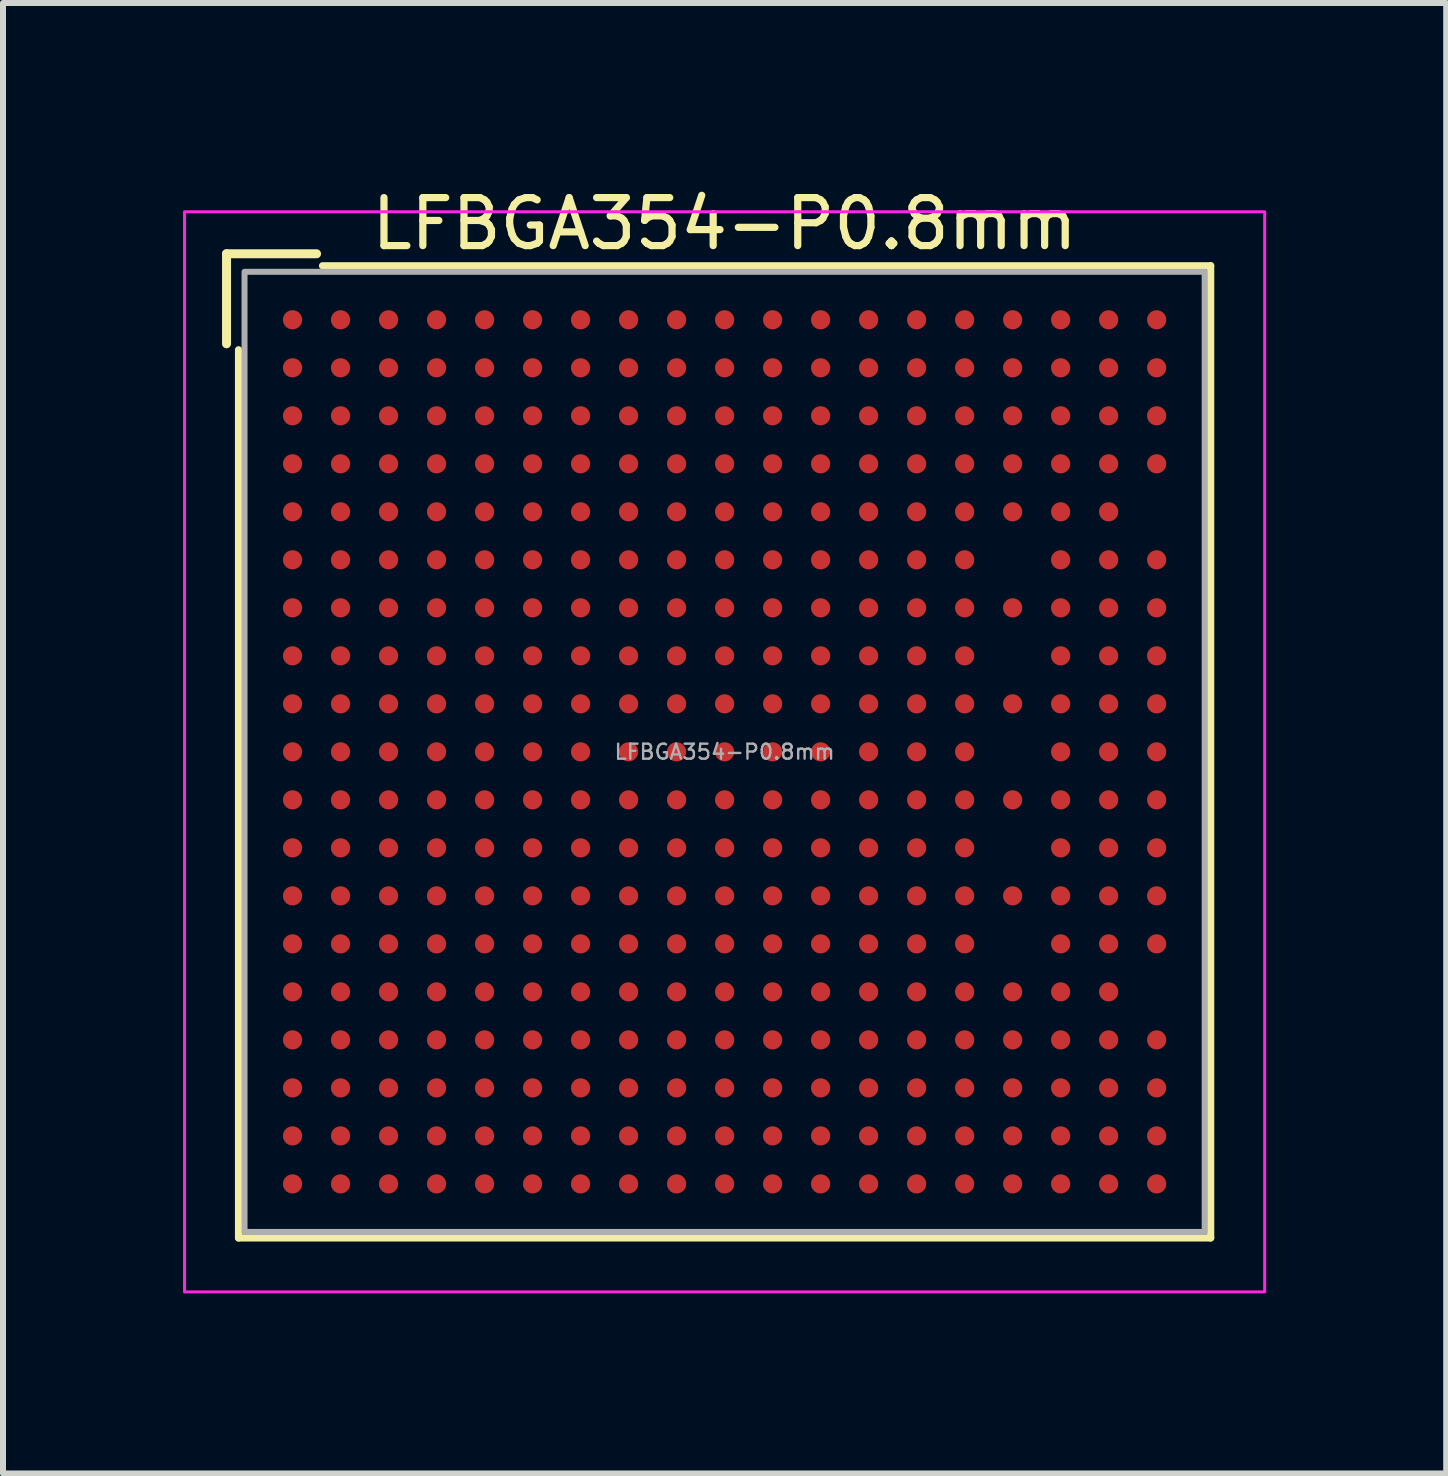
<source format=kicad_pcb>
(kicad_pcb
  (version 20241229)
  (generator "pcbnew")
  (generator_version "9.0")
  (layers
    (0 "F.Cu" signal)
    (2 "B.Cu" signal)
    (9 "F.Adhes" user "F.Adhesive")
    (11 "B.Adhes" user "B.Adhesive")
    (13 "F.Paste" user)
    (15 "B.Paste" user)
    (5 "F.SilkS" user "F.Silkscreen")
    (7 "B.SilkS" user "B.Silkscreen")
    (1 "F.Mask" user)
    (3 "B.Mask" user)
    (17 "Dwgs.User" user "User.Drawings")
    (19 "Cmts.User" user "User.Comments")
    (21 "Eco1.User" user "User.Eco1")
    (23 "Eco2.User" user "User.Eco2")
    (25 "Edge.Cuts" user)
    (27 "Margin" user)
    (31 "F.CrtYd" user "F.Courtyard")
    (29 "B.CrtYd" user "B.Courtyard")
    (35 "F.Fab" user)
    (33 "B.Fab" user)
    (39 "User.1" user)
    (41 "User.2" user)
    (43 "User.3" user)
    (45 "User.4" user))
  (footprint "LFBGA354-P0.8mm"
    (layer "F.Cu")
    (at 9.025 9.479)
    (property "Reference" "LFBGA354-P0.8mm" (at 0 -8.8 0) (unlocked yes) (layer "F.SilkS") (effects (font (size 0.8 0.8) (thickness 0.12))))
    (attr smd)
    (fp_line (start -8.3 -8.3) (end -6.8 -8.3) (stroke (width 0.15) (type solid)) (layer "F.SilkS"))
    (fp_line (start -8.3 -6.8) (end -8.3 -8.3) (stroke (width 0.15) (type solid)) (layer "F.SilkS"))
    (fp_line (start -8.1 8.1) (end -8.1 -6.7) (stroke (width 0.12) (type solid)) (layer "F.SilkS"))
    (fp_line (start -6.7 -8.1) (end 8.1 -8.1) (stroke (width 0.12) (type solid)) (layer "F.SilkS"))
    (fp_line (start 8.1 -8.1) (end 8.1 8.1) (stroke (width 0.12) (type solid)) (layer "F.SilkS"))
    (fp_line (start 8.1 8.1) (end -8.1 8.1) (stroke (width 0.12) (type solid)) (layer "F.SilkS"))
    (fp_rect (start -9 -9) (end 9 9) (stroke (width 0.05) (type default)) (fill no) (layer "F.CrtYd"))
    (fp_rect (start -8 -8) (end 8 8) (stroke (width 0.1) (type solid)) (fill no) (layer "F.Fab"))
    (fp_text user "${REFERENCE}" (at 0 0 0) (unlocked yes) (layer "F.Fab") (effects (font (size 0.25 0.25) (thickness 0.04))))
    (pad "A1" smd circle (at -7.2 -7.2) (size 0.32 0.32) (layers "F.Cu" "F.Mask" "F.Paste"))
    (pad "A2" smd circle (at -6.4 -7.2) (size 0.32 0.32) (layers "F.Cu" "F.Mask" "F.Paste"))
    (pad "A3" smd circle (at -5.6 -7.2) (size 0.32 0.32) (layers "F.Cu" "F.Mask" "F.Paste"))
    (pad "A4" smd circle (at -4.8 -7.2) (size 0.32 0.32) (layers "F.Cu" "F.Mask" "F.Paste"))
    (pad "A5" smd circle (at -4 -7.2) (size 0.32 0.32) (layers "F.Cu" "F.Mask" "F.Paste"))
    (pad "A6" smd circle (at -3.2 -7.2) (size 0.32 0.32) (layers "F.Cu" "F.Mask" "F.Paste"))
    (pad "A7" smd circle (at -2.4 -7.2) (size 0.32 0.32) (layers "F.Cu" "F.Mask" "F.Paste"))
    (pad "A8" smd circle (at -1.6 -7.2) (size 0.32 0.32) (layers "F.Cu" "F.Mask" "F.Paste"))
    (pad "A9" smd circle (at -0.8 -7.2) (size 0.32 0.32) (layers "F.Cu" "F.Mask" "F.Paste"))
    (pad "A10" smd circle (at 0 -7.2) (size 0.32 0.32) (layers "F.Cu" "F.Mask" "F.Paste"))
    (pad "A11" smd circle (at 0.8 -7.2) (size 0.32 0.32) (layers "F.Cu" "F.Mask" "F.Paste"))
    (pad "A12" smd circle (at 1.6 -7.2) (size 0.32 0.32) (layers "F.Cu" "F.Mask" "F.Paste"))
    (pad "A13" smd circle (at 2.4 -7.2) (size 0.32 0.32) (layers "F.Cu" "F.Mask" "F.Paste"))
    (pad "A14" smd circle (at 3.2 -7.2) (size 0.32 0.32) (layers "F.Cu" "F.Mask" "F.Paste"))
    (pad "A15" smd circle (at 4 -7.2) (size 0.32 0.32) (layers "F.Cu" "F.Mask" "F.Paste"))
    (pad "A16" smd circle (at 4.8 -7.2) (size 0.32 0.32) (layers "F.Cu" "F.Mask" "F.Paste"))
    (pad "A17" smd circle (at 5.6 -7.2) (size 0.32 0.32) (layers "F.Cu" "F.Mask" "F.Paste"))
    (pad "A18" smd circle (at 6.4 -7.2) (size 0.32 0.32) (layers "F.Cu" "F.Mask" "F.Paste"))
    (pad "A19" smd circle (at 7.2 -7.2) (size 0.32 0.32) (layers "F.Cu" "F.Mask" "F.Paste"))
    (pad "B1" smd circle (at -7.2 -6.4) (size 0.32 0.32) (layers "F.Cu" "F.Mask" "F.Paste"))
    (pad "B2" smd circle (at -6.4 -6.4) (size 0.32 0.32) (layers "F.Cu" "F.Mask" "F.Paste"))
    (pad "B3" smd circle (at -5.6 -6.4) (size 0.32 0.32) (layers "F.Cu" "F.Mask" "F.Paste"))
    (pad "B4" smd circle (at -4.8 -6.4) (size 0.32 0.32) (layers "F.Cu" "F.Mask" "F.Paste"))
    (pad "B5" smd circle (at -4 -6.4) (size 0.32 0.32) (layers "F.Cu" "F.Mask" "F.Paste"))
    (pad "B6" smd circle (at -3.2 -6.4) (size 0.32 0.32) (layers "F.Cu" "F.Mask" "F.Paste"))
    (pad "B7" smd circle (at -2.4 -6.4) (size 0.32 0.32) (layers "F.Cu" "F.Mask" "F.Paste"))
    (pad "B8" smd circle (at -1.6 -6.4) (size 0.32 0.32) (layers "F.Cu" "F.Mask" "F.Paste"))
    (pad "B9" smd circle (at -0.8 -6.4) (size 0.32 0.32) (layers "F.Cu" "F.Mask" "F.Paste"))
    (pad "B10" smd circle (at 0 -6.4) (size 0.32 0.32) (layers "F.Cu" "F.Mask" "F.Paste"))
    (pad "B11" smd circle (at 0.8 -6.4) (size 0.32 0.32) (layers "F.Cu" "F.Mask" "F.Paste"))
    (pad "B12" smd circle (at 1.6 -6.4) (size 0.32 0.32) (layers "F.Cu" "F.Mask" "F.Paste"))
    (pad "B13" smd circle (at 2.4 -6.4) (size 0.32 0.32) (layers "F.Cu" "F.Mask" "F.Paste"))
    (pad "B14" smd circle (at 3.2 -6.4) (size 0.32 0.32) (layers "F.Cu" "F.Mask" "F.Paste"))
    (pad "B15" smd circle (at 4 -6.4) (size 0.32 0.32) (layers "F.Cu" "F.Mask" "F.Paste"))
    (pad "B16" smd circle (at 4.8 -6.4) (size 0.32 0.32) (layers "F.Cu" "F.Mask" "F.Paste"))
    (pad "B17" smd circle (at 5.6 -6.4) (size 0.32 0.32) (layers "F.Cu" "F.Mask" "F.Paste"))
    (pad "B18" smd circle (at 6.4 -6.4) (size 0.32 0.32) (layers "F.Cu" "F.Mask" "F.Paste"))
    (pad "B19" smd circle (at 7.2 -6.4) (size 0.32 0.32) (layers "F.Cu" "F.Mask" "F.Paste"))
    (pad "C1" smd circle (at -7.2 -5.6) (size 0.32 0.32) (layers "F.Cu" "F.Mask" "F.Paste"))
    (pad "C2" smd circle (at -6.4 -5.6) (size 0.32 0.32) (layers "F.Cu" "F.Mask" "F.Paste"))
    (pad "C3" smd circle (at -5.6 -5.6) (size 0.32 0.32) (layers "F.Cu" "F.Mask" "F.Paste"))
    (pad "C4" smd circle (at -4.8 -5.6) (size 0.32 0.32) (layers "F.Cu" "F.Mask" "F.Paste"))
    (pad "C5" smd circle (at -4 -5.6) (size 0.32 0.32) (layers "F.Cu" "F.Mask" "F.Paste"))
    (pad "C6" smd circle (at -3.2 -5.6) (size 0.32 0.32) (layers "F.Cu" "F.Mask" "F.Paste"))
    (pad "C7" smd circle (at -2.4 -5.6) (size 0.32 0.32) (layers "F.Cu" "F.Mask" "F.Paste"))
    (pad "C8" smd circle (at -1.6 -5.6) (size 0.32 0.32) (layers "F.Cu" "F.Mask" "F.Paste"))
    (pad "C9" smd circle (at -0.8 -5.6) (size 0.32 0.32) (layers "F.Cu" "F.Mask" "F.Paste"))
    (pad "C10" smd circle (at 0 -5.6) (size 0.32 0.32) (layers "F.Cu" "F.Mask" "F.Paste"))
    (pad "C11" smd circle (at 0.8 -5.6) (size 0.32 0.32) (layers "F.Cu" "F.Mask" "F.Paste"))
    (pad "C12" smd circle (at 1.6 -5.6) (size 0.32 0.32) (layers "F.Cu" "F.Mask" "F.Paste"))
    (pad "C13" smd circle (at 2.4 -5.6) (size 0.32 0.32) (layers "F.Cu" "F.Mask" "F.Paste"))
    (pad "C14" smd circle (at 3.2 -5.6) (size 0.32 0.32) (layers "F.Cu" "F.Mask" "F.Paste"))
    (pad "C15" smd circle (at 4 -5.6) (size 0.32 0.32) (layers "F.Cu" "F.Mask" "F.Paste"))
    (pad "C16" smd circle (at 4.8 -5.6) (size 0.32 0.32) (layers "F.Cu" "F.Mask" "F.Paste"))
    (pad "C17" smd circle (at 5.6 -5.6) (size 0.32 0.32) (layers "F.Cu" "F.Mask" "F.Paste"))
    (pad "C18" smd circle (at 6.4 -5.6) (size 0.32 0.32) (layers "F.Cu" "F.Mask" "F.Paste"))
    (pad "C19" smd circle (at 7.2 -5.6) (size 0.32 0.32) (layers "F.Cu" "F.Mask" "F.Paste"))
    (pad "D1" smd circle (at -7.2 -4.8) (size 0.32 0.32) (layers "F.Cu" "F.Mask" "F.Paste"))
    (pad "D2" smd circle (at -6.4 -4.8) (size 0.32 0.32) (layers "F.Cu" "F.Mask" "F.Paste"))
    (pad "D3" smd circle (at -5.6 -4.8) (size 0.32 0.32) (layers "F.Cu" "F.Mask" "F.Paste"))
    (pad "D4" smd circle (at -4.8 -4.8) (size 0.32 0.32) (layers "F.Cu" "F.Mask" "F.Paste"))
    (pad "D5" smd circle (at -4 -4.8) (size 0.32 0.32) (layers "F.Cu" "F.Mask" "F.Paste"))
    (pad "D6" smd circle (at -3.2 -4.8) (size 0.32 0.32) (layers "F.Cu" "F.Mask" "F.Paste"))
    (pad "D7" smd circle (at -2.4 -4.8) (size 0.32 0.32) (layers "F.Cu" "F.Mask" "F.Paste"))
    (pad "D8" smd circle (at -1.6 -4.8) (size 0.32 0.32) (layers "F.Cu" "F.Mask" "F.Paste"))
    (pad "D9" smd circle (at -0.8 -4.8) (size 0.32 0.32) (layers "F.Cu" "F.Mask" "F.Paste"))
    (pad "D10" smd circle (at 0 -4.8) (size 0.32 0.32) (layers "F.Cu" "F.Mask" "F.Paste"))
    (pad "D11" smd circle (at 0.8 -4.8) (size 0.32 0.32) (layers "F.Cu" "F.Mask" "F.Paste"))
    (pad "D12" smd circle (at 1.6 -4.8) (size 0.32 0.32) (layers "F.Cu" "F.Mask" "F.Paste"))
    (pad "D13" smd circle (at 2.4 -4.8) (size 0.32 0.32) (layers "F.Cu" "F.Mask" "F.Paste"))
    (pad "D14" smd circle (at 3.2 -4.8) (size 0.32 0.32) (layers "F.Cu" "F.Mask" "F.Paste"))
    (pad "D15" smd circle (at 4 -4.8) (size 0.32 0.32) (layers "F.Cu" "F.Mask" "F.Paste"))
    (pad "D16" smd circle (at 4.8 -4.8) (size 0.32 0.32) (layers "F.Cu" "F.Mask" "F.Paste"))
    (pad "D17" smd circle (at 5.6 -4.8) (size 0.32 0.32) (layers "F.Cu" "F.Mask" "F.Paste"))
    (pad "D18" smd circle (at 6.4 -4.8) (size 0.32 0.32) (layers "F.Cu" "F.Mask" "F.Paste"))
    (pad "D19" smd circle (at 7.2 -4.8) (size 0.32 0.32) (layers "F.Cu" "F.Mask" "F.Paste"))
    (pad "E1" smd circle (at -7.2 -4) (size 0.32 0.32) (layers "F.Cu" "F.Mask" "F.Paste"))
    (pad "E2" smd circle (at -6.4 -4) (size 0.32 0.32) (layers "F.Cu" "F.Mask" "F.Paste"))
    (pad "E3" smd circle (at -5.6 -4) (size 0.32 0.32) (layers "F.Cu" "F.Mask" "F.Paste"))
    (pad "E4" smd circle (at -4.8 -4) (size 0.32 0.32) (layers "F.Cu" "F.Mask" "F.Paste"))
    (pad "E5" smd circle (at -4 -4) (size 0.32 0.32) (layers "F.Cu" "F.Mask" "F.Paste"))
    (pad "E6" smd circle (at -3.2 -4) (size 0.32 0.32) (layers "F.Cu" "F.Mask" "F.Paste"))
    (pad "E7" smd circle (at -2.4 -4) (size 0.32 0.32) (layers "F.Cu" "F.Mask" "F.Paste"))
    (pad "E8" smd circle (at -1.6 -4) (size 0.32 0.32) (layers "F.Cu" "F.Mask" "F.Paste"))
    (pad "E9" smd circle (at -0.8 -4) (size 0.32 0.32) (layers "F.Cu" "F.Mask" "F.Paste"))
    (pad "E10" smd circle (at 0 -4) (size 0.32 0.32) (layers "F.Cu" "F.Mask" "F.Paste"))
    (pad "E11" smd circle (at 0.8 -4) (size 0.32 0.32) (layers "F.Cu" "F.Mask" "F.Paste"))
    (pad "E12" smd circle (at 1.6 -4) (size 0.32 0.32) (layers "F.Cu" "F.Mask" "F.Paste"))
    (pad "E13" smd circle (at 2.4 -4) (size 0.32 0.32) (layers "F.Cu" "F.Mask" "F.Paste"))
    (pad "E14" smd circle (at 3.2 -4) (size 0.32 0.32) (layers "F.Cu" "F.Mask" "F.Paste"))
    (pad "E15" smd circle (at 4 -4) (size 0.32 0.32) (layers "F.Cu" "F.Mask" "F.Paste"))
    (pad "E16" smd circle (at 4.8 -4) (size 0.32 0.32) (layers "F.Cu" "F.Mask" "F.Paste"))
    (pad "E17" smd circle (at 5.6 -4) (size 0.32 0.32) (layers "F.Cu" "F.Mask" "F.Paste"))
    (pad "E18" smd circle (at 6.4 -4) (size 0.32 0.32) (layers "F.Cu" "F.Mask" "F.Paste"))
    (pad "F1" smd circle (at -7.2 -3.2) (size 0.32 0.32) (layers "F.Cu" "F.Mask" "F.Paste"))
    (pad "F2" smd circle (at -6.4 -3.2) (size 0.32 0.32) (layers "F.Cu" "F.Mask" "F.Paste"))
    (pad "F3" smd circle (at -5.6 -3.2) (size 0.32 0.32) (layers "F.Cu" "F.Mask" "F.Paste"))
    (pad "F4" smd circle (at -4.8 -3.2) (size 0.32 0.32) (layers "F.Cu" "F.Mask" "F.Paste"))
    (pad "F5" smd circle (at -4 -3.2) (size 0.32 0.32) (layers "F.Cu" "F.Mask" "F.Paste"))
    (pad "F6" smd circle (at -3.2 -3.2) (size 0.32 0.32) (layers "F.Cu" "F.Mask" "F.Paste"))
    (pad "F7" smd circle (at -2.4 -3.2) (size 0.32 0.32) (layers "F.Cu" "F.Mask" "F.Paste"))
    (pad "F8" smd circle (at -1.6 -3.2) (size 0.32 0.32) (layers "F.Cu" "F.Mask" "F.Paste"))
    (pad "F9" smd circle (at -0.8 -3.2) (size 0.32 0.32) (layers "F.Cu" "F.Mask" "F.Paste"))
    (pad "F10" smd circle (at 0 -3.2) (size 0.32 0.32) (layers "F.Cu" "F.Mask" "F.Paste"))
    (pad "F11" smd circle (at 0.8 -3.2) (size 0.32 0.32) (layers "F.Cu" "F.Mask" "F.Paste"))
    (pad "F12" smd circle (at 1.6 -3.2) (size 0.32 0.32) (layers "F.Cu" "F.Mask" "F.Paste"))
    (pad "F13" smd circle (at 2.4 -3.2) (size 0.32 0.32) (layers "F.Cu" "F.Mask" "F.Paste"))
    (pad "F14" smd circle (at 3.2 -3.2) (size 0.32 0.32) (layers "F.Cu" "F.Mask" "F.Paste"))
    (pad "F15" smd circle (at 4 -3.2) (size 0.32 0.32) (layers "F.Cu" "F.Mask" "F.Paste"))
    (pad "F17" smd circle (at 5.6 -3.2) (size 0.32 0.32) (layers "F.Cu" "F.Mask" "F.Paste"))
    (pad "F18" smd circle (at 6.4 -3.2) (size 0.32 0.32) (layers "F.Cu" "F.Mask" "F.Paste"))
    (pad "F19" smd circle (at 7.2 -3.2) (size 0.32 0.32) (layers "F.Cu" "F.Mask" "F.Paste"))
    (pad "G1" smd circle (at -7.2 -2.4) (size 0.32 0.32) (layers "F.Cu" "F.Mask" "F.Paste"))
    (pad "G2" smd circle (at -6.4 -2.4) (size 0.32 0.32) (layers "F.Cu" "F.Mask" "F.Paste"))
    (pad "G3" smd circle (at -5.6 -2.4) (size 0.32 0.32) (layers "F.Cu" "F.Mask" "F.Paste"))
    (pad "G4" smd circle (at -4.8 -2.4) (size 0.32 0.32) (layers "F.Cu" "F.Mask" "F.Paste"))
    (pad "G5" smd circle (at -4 -2.4) (size 0.32 0.32) (layers "F.Cu" "F.Mask" "F.Paste"))
    (pad "G6" smd circle (at -3.2 -2.4) (size 0.32 0.32) (layers "F.Cu" "F.Mask" "F.Paste"))
    (pad "G7" smd circle (at -2.4 -2.4) (size 0.32 0.32) (layers "F.Cu" "F.Mask" "F.Paste"))
    (pad "G8" smd circle (at -1.6 -2.4) (size 0.32 0.32) (layers "F.Cu" "F.Mask" "F.Paste"))
    (pad "G9" smd circle (at -0.8 -2.4) (size 0.32 0.32) (layers "F.Cu" "F.Mask" "F.Paste"))
    (pad "G10" smd circle (at 0 -2.4) (size 0.32 0.32) (layers "F.Cu" "F.Mask" "F.Paste"))
    (pad "G11" smd circle (at 0.8 -2.4) (size 0.32 0.32) (layers "F.Cu" "F.Mask" "F.Paste"))
    (pad "G12" smd circle (at 1.6 -2.4) (size 0.32 0.32) (layers "F.Cu" "F.Mask" "F.Paste"))
    (pad "G13" smd circle (at 2.4 -2.4) (size 0.32 0.32) (layers "F.Cu" "F.Mask" "F.Paste"))
    (pad "G14" smd circle (at 3.2 -2.4) (size 0.32 0.32) (layers "F.Cu" "F.Mask" "F.Paste"))
    (pad "G15" smd circle (at 4 -2.4) (size 0.32 0.32) (layers "F.Cu" "F.Mask" "F.Paste"))
    (pad "G16" smd circle (at 4.8 -2.4) (size 0.32 0.32) (layers "F.Cu" "F.Mask" "F.Paste"))
    (pad "G17" smd circle (at 5.6 -2.4) (size 0.32 0.32) (layers "F.Cu" "F.Mask" "F.Paste"))
    (pad "G18" smd circle (at 6.4 -2.4) (size 0.32 0.32) (layers "F.Cu" "F.Mask" "F.Paste"))
    (pad "G19" smd circle (at 7.2 -2.4) (size 0.32 0.32) (layers "F.Cu" "F.Mask" "F.Paste"))
    (pad "H1" smd circle (at -7.2 -1.6) (size 0.32 0.32) (layers "F.Cu" "F.Mask" "F.Paste"))
    (pad "H2" smd circle (at -6.4 -1.6) (size 0.32 0.32) (layers "F.Cu" "F.Mask" "F.Paste"))
    (pad "H3" smd circle (at -5.6 -1.6) (size 0.32 0.32) (layers "F.Cu" "F.Mask" "F.Paste"))
    (pad "H4" smd circle (at -4.8 -1.6) (size 0.32 0.32) (layers "F.Cu" "F.Mask" "F.Paste"))
    (pad "H5" smd circle (at -4 -1.6) (size 0.32 0.32) (layers "F.Cu" "F.Mask" "F.Paste"))
    (pad "H6" smd circle (at -3.2 -1.6) (size 0.32 0.32) (layers "F.Cu" "F.Mask" "F.Paste"))
    (pad "H7" smd circle (at -2.4 -1.6) (size 0.32 0.32) (layers "F.Cu" "F.Mask" "F.Paste"))
    (pad "H8" smd circle (at -1.6 -1.6) (size 0.32 0.32) (layers "F.Cu" "F.Mask" "F.Paste"))
    (pad "H9" smd circle (at -0.8 -1.6) (size 0.32 0.32) (layers "F.Cu" "F.Mask" "F.Paste"))
    (pad "H10" smd circle (at 0 -1.6) (size 0.32 0.32) (layers "F.Cu" "F.Mask" "F.Paste"))
    (pad "H11" smd circle (at 0.8 -1.6) (size 0.32 0.32) (layers "F.Cu" "F.Mask" "F.Paste"))
    (pad "H12" smd circle (at 1.6 -1.6) (size 0.32 0.32) (layers "F.Cu" "F.Mask" "F.Paste"))
    (pad "H13" smd circle (at 2.4 -1.6) (size 0.32 0.32) (layers "F.Cu" "F.Mask" "F.Paste"))
    (pad "H14" smd circle (at 3.2 -1.6) (size 0.32 0.32) (layers "F.Cu" "F.Mask" "F.Paste"))
    (pad "H15" smd circle (at 4 -1.6) (size 0.32 0.32) (layers "F.Cu" "F.Mask" "F.Paste"))
    (pad "H17" smd circle (at 5.6 -1.6) (size 0.32 0.32) (layers "F.Cu" "F.Mask" "F.Paste"))
    (pad "H18" smd circle (at 6.4 -1.6) (size 0.32 0.32) (layers "F.Cu" "F.Mask" "F.Paste"))
    (pad "H19" smd circle (at 7.2 -1.6) (size 0.32 0.32) (layers "F.Cu" "F.Mask" "F.Paste"))
    (pad "J1" smd circle (at -7.2 -0.8) (size 0.32 0.32) (layers "F.Cu" "F.Mask" "F.Paste"))
    (pad "J2" smd circle (at -6.4 -0.8) (size 0.32 0.32) (layers "F.Cu" "F.Mask" "F.Paste"))
    (pad "J3" smd circle (at -5.6 -0.8) (size 0.32 0.32) (layers "F.Cu" "F.Mask" "F.Paste"))
    (pad "J4" smd circle (at -4.8 -0.8) (size 0.32 0.32) (layers "F.Cu" "F.Mask" "F.Paste"))
    (pad "J5" smd circle (at -4 -0.8) (size 0.32 0.32) (layers "F.Cu" "F.Mask" "F.Paste"))
    (pad "J6" smd circle (at -3.2 -0.8) (size 0.32 0.32) (layers "F.Cu" "F.Mask" "F.Paste"))
    (pad "J7" smd circle (at -2.4 -0.8) (size 0.32 0.32) (layers "F.Cu" "F.Mask" "F.Paste"))
    (pad "J8" smd circle (at -1.6 -0.8) (size 0.32 0.32) (layers "F.Cu" "F.Mask" "F.Paste"))
    (pad "J9" smd circle (at -0.8 -0.8) (size 0.32 0.32) (layers "F.Cu" "F.Mask" "F.Paste"))
    (pad "J10" smd circle (at 0 -0.8) (size 0.32 0.32) (layers "F.Cu" "F.Mask" "F.Paste"))
    (pad "J11" smd circle (at 0.8 -0.8) (size 0.32 0.32) (layers "F.Cu" "F.Mask" "F.Paste"))
    (pad "J12" smd circle (at 1.6 -0.8) (size 0.32 0.32) (layers "F.Cu" "F.Mask" "F.Paste"))
    (pad "J13" smd circle (at 2.4 -0.8) (size 0.32 0.32) (layers "F.Cu" "F.Mask" "F.Paste"))
    (pad "J14" smd circle (at 3.2 -0.8) (size 0.32 0.32) (layers "F.Cu" "F.Mask" "F.Paste"))
    (pad "J15" smd circle (at 4 -0.8) (size 0.32 0.32) (layers "F.Cu" "F.Mask" "F.Paste"))
    (pad "J16" smd circle (at 4.8 -0.8) (size 0.32 0.32) (layers "F.Cu" "F.Mask" "F.Paste"))
    (pad "J17" smd circle (at 5.6 -0.8) (size 0.32 0.32) (layers "F.Cu" "F.Mask" "F.Paste"))
    (pad "J18" smd circle (at 6.4 -0.8) (size 0.32 0.32) (layers "F.Cu" "F.Mask" "F.Paste"))
    (pad "J19" smd circle (at 7.2 -0.8) (size 0.32 0.32) (layers "F.Cu" "F.Mask" "F.Paste"))
    (pad "K1" smd circle (at -7.2 0) (size 0.32 0.32) (layers "F.Cu" "F.Mask" "F.Paste"))
    (pad "K2" smd circle (at -6.4 0) (size 0.32 0.32) (layers "F.Cu" "F.Mask" "F.Paste"))
    (pad "K3" smd circle (at -5.6 0) (size 0.32 0.32) (layers "F.Cu" "F.Mask" "F.Paste"))
    (pad "K4" smd circle (at -4.8 0) (size 0.32 0.32) (layers "F.Cu" "F.Mask" "F.Paste"))
    (pad "K5" smd circle (at -4 0) (size 0.32 0.32) (layers "F.Cu" "F.Mask" "F.Paste"))
    (pad "K6" smd circle (at -3.2 0) (size 0.32 0.32) (layers "F.Cu" "F.Mask" "F.Paste"))
    (pad "K7" smd circle (at -2.4 0) (size 0.32 0.32) (layers "F.Cu" "F.Mask" "F.Paste"))
    (pad "K8" smd circle (at -1.6 0) (size 0.32 0.32) (layers "F.Cu" "F.Mask" "F.Paste"))
    (pad "K9" smd circle (at -0.8 0) (size 0.32 0.32) (layers "F.Cu" "F.Mask" "F.Paste"))
    (pad "K10" smd circle (at 0 0) (size 0.32 0.32) (layers "F.Cu" "F.Mask" "F.Paste"))
    (pad "K11" smd circle (at 0.8 0) (size 0.32 0.32) (layers "F.Cu" "F.Mask" "F.Paste"))
    (pad "K12" smd circle (at 1.6 0) (size 0.32 0.32) (layers "F.Cu" "F.Mask" "F.Paste"))
    (pad "K13" smd circle (at 2.4 0) (size 0.32 0.32) (layers "F.Cu" "F.Mask" "F.Paste"))
    (pad "K14" smd circle (at 3.2 0) (size 0.32 0.32) (layers "F.Cu" "F.Mask" "F.Paste"))
    (pad "K15" smd circle (at 4 0) (size 0.32 0.32) (layers "F.Cu" "F.Mask" "F.Paste"))
    (pad "K17" smd circle (at 5.6 0) (size 0.32 0.32) (layers "F.Cu" "F.Mask" "F.Paste"))
    (pad "K18" smd circle (at 6.4 0) (size 0.32 0.32) (layers "F.Cu" "F.Mask" "F.Paste"))
    (pad "K19" smd circle (at 7.2 0) (size 0.32 0.32) (layers "F.Cu" "F.Mask" "F.Paste"))
    (pad "L1" smd circle (at -7.2 0.8) (size 0.32 0.32) (layers "F.Cu" "F.Mask" "F.Paste"))
    (pad "L2" smd circle (at -6.4 0.8) (size 0.32 0.32) (layers "F.Cu" "F.Mask" "F.Paste"))
    (pad "L3" smd circle (at -5.6 0.8) (size 0.32 0.32) (layers "F.Cu" "F.Mask" "F.Paste"))
    (pad "L4" smd circle (at -4.8 0.8) (size 0.32 0.32) (layers "F.Cu" "F.Mask" "F.Paste"))
    (pad "L5" smd circle (at -4 0.8) (size 0.32 0.32) (layers "F.Cu" "F.Mask" "F.Paste"))
    (pad "L6" smd circle (at -3.2 0.8) (size 0.32 0.32) (layers "F.Cu" "F.Mask" "F.Paste"))
    (pad "L7" smd circle (at -2.4 0.8) (size 0.32 0.32) (layers "F.Cu" "F.Mask" "F.Paste"))
    (pad "L8" smd circle (at -1.6 0.8) (size 0.32 0.32) (layers "F.Cu" "F.Mask" "F.Paste"))
    (pad "L9" smd circle (at -0.8 0.8) (size 0.32 0.32) (layers "F.Cu" "F.Mask" "F.Paste"))
    (pad "L10" smd circle (at 0 0.8) (size 0.32 0.32) (layers "F.Cu" "F.Mask" "F.Paste"))
    (pad "L11" smd circle (at 0.8 0.8) (size 0.32 0.32) (layers "F.Cu" "F.Mask" "F.Paste"))
    (pad "L12" smd circle (at 1.6 0.8) (size 0.32 0.32) (layers "F.Cu" "F.Mask" "F.Paste"))
    (pad "L13" smd circle (at 2.4 0.8) (size 0.32 0.32) (layers "F.Cu" "F.Mask" "F.Paste"))
    (pad "L14" smd circle (at 3.2 0.8) (size 0.32 0.32) (layers "F.Cu" "F.Mask" "F.Paste"))
    (pad "L15" smd circle (at 4 0.8) (size 0.32 0.32) (layers "F.Cu" "F.Mask" "F.Paste"))
    (pad "L16" smd circle (at 4.8 0.8) (size 0.32 0.32) (layers "F.Cu" "F.Mask" "F.Paste"))
    (pad "L17" smd circle (at 5.6 0.8) (size 0.32 0.32) (layers "F.Cu" "F.Mask" "F.Paste"))
    (pad "L18" smd circle (at 6.4 0.8) (size 0.32 0.32) (layers "F.Cu" "F.Mask" "F.Paste"))
    (pad "L19" smd circle (at 7.2 0.8) (size 0.32 0.32) (layers "F.Cu" "F.Mask" "F.Paste"))
    (pad "M1" smd circle (at -7.2 1.6) (size 0.32 0.32) (layers "F.Cu" "F.Mask" "F.Paste"))
    (pad "M2" smd circle (at -6.4 1.6) (size 0.32 0.32) (layers "F.Cu" "F.Mask" "F.Paste"))
    (pad "M3" smd circle (at -5.6 1.6) (size 0.32 0.32) (layers "F.Cu" "F.Mask" "F.Paste"))
    (pad "M4" smd circle (at -4.8 1.6) (size 0.32 0.32) (layers "F.Cu" "F.Mask" "F.Paste"))
    (pad "M5" smd circle (at -4 1.6) (size 0.32 0.32) (layers "F.Cu" "F.Mask" "F.Paste"))
    (pad "M6" smd circle (at -3.2 1.6) (size 0.32 0.32) (layers "F.Cu" "F.Mask" "F.Paste"))
    (pad "M7" smd circle (at -2.4 1.6) (size 0.32 0.32) (layers "F.Cu" "F.Mask" "F.Paste"))
    (pad "M8" smd circle (at -1.6 1.6) (size 0.32 0.32) (layers "F.Cu" "F.Mask" "F.Paste"))
    (pad "M9" smd circle (at -0.8 1.6) (size 0.32 0.32) (layers "F.Cu" "F.Mask" "F.Paste"))
    (pad "M10" smd circle (at 0 1.6) (size 0.32 0.32) (layers "F.Cu" "F.Mask" "F.Paste"))
    (pad "M11" smd circle (at 0.8 1.6) (size 0.32 0.32) (layers "F.Cu" "F.Mask" "F.Paste"))
    (pad "M12" smd circle (at 1.6 1.6) (size 0.32 0.32) (layers "F.Cu" "F.Mask" "F.Paste"))
    (pad "M13" smd circle (at 2.4 1.6) (size 0.32 0.32) (layers "F.Cu" "F.Mask" "F.Paste"))
    (pad "M14" smd circle (at 3.2 1.6) (size 0.32 0.32) (layers "F.Cu" "F.Mask" "F.Paste"))
    (pad "M15" smd circle (at 4 1.6) (size 0.32 0.32) (layers "F.Cu" "F.Mask" "F.Paste"))
    (pad "M17" smd circle (at 5.6 1.6) (size 0.32 0.32) (layers "F.Cu" "F.Mask" "F.Paste"))
    (pad "M18" smd circle (at 6.4 1.6) (size 0.32 0.32) (layers "F.Cu" "F.Mask" "F.Paste"))
    (pad "M19" smd circle (at 7.2 1.6) (size 0.32 0.32) (layers "F.Cu" "F.Mask" "F.Paste"))
    (pad "N1" smd circle (at -7.2 2.4) (size 0.32 0.32) (layers "F.Cu" "F.Mask" "F.Paste"))
    (pad "N2" smd circle (at -6.4 2.4) (size 0.32 0.32) (layers "F.Cu" "F.Mask" "F.Paste"))
    (pad "N3" smd circle (at -5.6 2.4) (size 0.32 0.32) (layers "F.Cu" "F.Mask" "F.Paste"))
    (pad "N4" smd circle (at -4.8 2.4) (size 0.32 0.32) (layers "F.Cu" "F.Mask" "F.Paste"))
    (pad "N5" smd circle (at -4 2.4) (size 0.32 0.32) (layers "F.Cu" "F.Mask" "F.Paste"))
    (pad "N6" smd circle (at -3.2 2.4) (size 0.32 0.32) (layers "F.Cu" "F.Mask" "F.Paste"))
    (pad "N7" smd circle (at -2.4 2.4) (size 0.32 0.32) (layers "F.Cu" "F.Mask" "F.Paste"))
    (pad "N8" smd circle (at -1.6 2.4) (size 0.32 0.32) (layers "F.Cu" "F.Mask" "F.Paste"))
    (pad "N9" smd circle (at -0.8 2.4) (size 0.32 0.32) (layers "F.Cu" "F.Mask" "F.Paste"))
    (pad "N10" smd circle (at 0 2.4) (size 0.32 0.32) (layers "F.Cu" "F.Mask" "F.Paste"))
    (pad "N11" smd circle (at 0.8 2.4) (size 0.32 0.32) (layers "F.Cu" "F.Mask" "F.Paste"))
    (pad "N12" smd circle (at 1.6 2.4) (size 0.32 0.32) (layers "F.Cu" "F.Mask" "F.Paste"))
    (pad "N13" smd circle (at 2.4 2.4) (size 0.32 0.32) (layers "F.Cu" "F.Mask" "F.Paste"))
    (pad "N14" smd circle (at 3.2 2.4) (size 0.32 0.32) (layers "F.Cu" "F.Mask" "F.Paste"))
    (pad "N15" smd circle (at 4 2.4) (size 0.32 0.32) (layers "F.Cu" "F.Mask" "F.Paste"))
    (pad "N16" smd circle (at 4.8 2.4) (size 0.32 0.32) (layers "F.Cu" "F.Mask" "F.Paste"))
    (pad "N17" smd circle (at 5.6 2.4) (size 0.32 0.32) (layers "F.Cu" "F.Mask" "F.Paste"))
    (pad "N18" smd circle (at 6.4 2.4) (size 0.32 0.32) (layers "F.Cu" "F.Mask" "F.Paste"))
    (pad "N19" smd circle (at 7.2 2.4) (size 0.32 0.32) (layers "F.Cu" "F.Mask" "F.Paste"))
    (pad "P1" smd circle (at -7.2 3.2) (size 0.32 0.32) (layers "F.Cu" "F.Mask" "F.Paste"))
    (pad "P2" smd circle (at -6.4 3.2) (size 0.32 0.32) (layers "F.Cu" "F.Mask" "F.Paste"))
    (pad "P3" smd circle (at -5.6 3.2) (size 0.32 0.32) (layers "F.Cu" "F.Mask" "F.Paste"))
    (pad "P4" smd circle (at -4.8 3.2) (size 0.32 0.32) (layers "F.Cu" "F.Mask" "F.Paste"))
    (pad "P5" smd circle (at -4 3.2) (size 0.32 0.32) (layers "F.Cu" "F.Mask" "F.Paste"))
    (pad "P6" smd circle (at -3.2 3.2) (size 0.32 0.32) (layers "F.Cu" "F.Mask" "F.Paste"))
    (pad "P7" smd circle (at -2.4 3.2) (size 0.32 0.32) (layers "F.Cu" "F.Mask" "F.Paste"))
    (pad "P8" smd circle (at -1.6 3.2) (size 0.32 0.32) (layers "F.Cu" "F.Mask" "F.Paste"))
    (pad "P9" smd circle (at -0.8 3.2) (size 0.32 0.32) (layers "F.Cu" "F.Mask" "F.Paste"))
    (pad "P10" smd circle (at 0 3.2) (size 0.32 0.32) (layers "F.Cu" "F.Mask" "F.Paste"))
    (pad "P11" smd circle (at 0.8 3.2) (size 0.32 0.32) (layers "F.Cu" "F.Mask" "F.Paste"))
    (pad "P12" smd circle (at 1.6 3.2) (size 0.32 0.32) (layers "F.Cu" "F.Mask" "F.Paste"))
    (pad "P13" smd circle (at 2.4 3.2) (size 0.32 0.32) (layers "F.Cu" "F.Mask" "F.Paste"))
    (pad "P14" smd circle (at 3.2 3.2) (size 0.32 0.32) (layers "F.Cu" "F.Mask" "F.Paste"))
    (pad "P15" smd circle (at 4 3.2) (size 0.32 0.32) (layers "F.Cu" "F.Mask" "F.Paste"))
    (pad "P17" smd circle (at 5.6 3.2) (size 0.32 0.32) (layers "F.Cu" "F.Mask" "F.Paste"))
    (pad "P18" smd circle (at 6.4 3.2) (size 0.32 0.32) (layers "F.Cu" "F.Mask" "F.Paste"))
    (pad "P19" smd circle (at 7.2 3.2) (size 0.32 0.32) (layers "F.Cu" "F.Mask" "F.Paste"))
    (pad "R1" smd circle (at -7.2 4) (size 0.32 0.32) (layers "F.Cu" "F.Mask" "F.Paste"))
    (pad "R2" smd circle (at -6.4 4) (size 0.32 0.32) (layers "F.Cu" "F.Mask" "F.Paste"))
    (pad "R3" smd circle (at -5.6 4) (size 0.32 0.32) (layers "F.Cu" "F.Mask" "F.Paste"))
    (pad "R4" smd circle (at -4.8 4) (size 0.32 0.32) (layers "F.Cu" "F.Mask" "F.Paste"))
    (pad "R5" smd circle (at -4 4) (size 0.32 0.32) (layers "F.Cu" "F.Mask" "F.Paste"))
    (pad "R6" smd circle (at -3.2 4) (size 0.32 0.32) (layers "F.Cu" "F.Mask" "F.Paste"))
    (pad "R7" smd circle (at -2.4 4) (size 0.32 0.32) (layers "F.Cu" "F.Mask" "F.Paste"))
    (pad "R8" smd circle (at -1.6 4) (size 0.32 0.32) (layers "F.Cu" "F.Mask" "F.Paste"))
    (pad "R9" smd circle (at -0.8 4) (size 0.32 0.32) (layers "F.Cu" "F.Mask" "F.Paste"))
    (pad "R10" smd circle (at 0 4) (size 0.32 0.32) (layers "F.Cu" "F.Mask" "F.Paste"))
    (pad "R11" smd circle (at 0.8 4) (size 0.32 0.32) (layers "F.Cu" "F.Mask" "F.Paste"))
    (pad "R12" smd circle (at 1.6 4) (size 0.32 0.32) (layers "F.Cu" "F.Mask" "F.Paste"))
    (pad "R13" smd circle (at 2.4 4) (size 0.32 0.32) (layers "F.Cu" "F.Mask" "F.Paste"))
    (pad "R14" smd circle (at 3.2 4) (size 0.32 0.32) (layers "F.Cu" "F.Mask" "F.Paste"))
    (pad "R15" smd circle (at 4 4) (size 0.32 0.32) (layers "F.Cu" "F.Mask" "F.Paste"))
    (pad "R16" smd circle (at 4.8 4) (size 0.32 0.32) (layers "F.Cu" "F.Mask" "F.Paste"))
    (pad "R17" smd circle (at 5.6 4) (size 0.32 0.32) (layers "F.Cu" "F.Mask" "F.Paste"))
    (pad "R18" smd circle (at 6.4 4) (size 0.32 0.32) (layers "F.Cu" "F.Mask" "F.Paste"))
    (pad "T1" smd circle (at -7.2 4.8) (size 0.32 0.32) (layers "F.Cu" "F.Mask" "F.Paste"))
    (pad "T2" smd circle (at -6.4 4.8) (size 0.32 0.32) (layers "F.Cu" "F.Mask" "F.Paste"))
    (pad "T3" smd circle (at -5.6 4.8) (size 0.32 0.32) (layers "F.Cu" "F.Mask" "F.Paste"))
    (pad "T4" smd circle (at -4.8 4.8) (size 0.32 0.32) (layers "F.Cu" "F.Mask" "F.Paste"))
    (pad "T5" smd circle (at -4 4.8) (size 0.32 0.32) (layers "F.Cu" "F.Mask" "F.Paste"))
    (pad "T6" smd circle (at -3.2 4.8) (size 0.32 0.32) (layers "F.Cu" "F.Mask" "F.Paste"))
    (pad "T7" smd circle (at -2.4 4.8) (size 0.32 0.32) (layers "F.Cu" "F.Mask" "F.Paste"))
    (pad "T8" smd circle (at -1.6 4.8) (size 0.32 0.32) (layers "F.Cu" "F.Mask" "F.Paste"))
    (pad "T9" smd circle (at -0.8 4.8) (size 0.32 0.32) (layers "F.Cu" "F.Mask" "F.Paste"))
    (pad "T10" smd circle (at 0 4.8) (size 0.32 0.32) (layers "F.Cu" "F.Mask" "F.Paste"))
    (pad "T11" smd circle (at 0.8 4.8) (size 0.32 0.32) (layers "F.Cu" "F.Mask" "F.Paste"))
    (pad "T12" smd circle (at 1.6 4.8) (size 0.32 0.32) (layers "F.Cu" "F.Mask" "F.Paste"))
    (pad "T13" smd circle (at 2.4 4.8) (size 0.32 0.32) (layers "F.Cu" "F.Mask" "F.Paste"))
    (pad "T14" smd circle (at 3.2 4.8) (size 0.32 0.32) (layers "F.Cu" "F.Mask" "F.Paste"))
    (pad "T15" smd circle (at 4 4.8) (size 0.32 0.32) (layers "F.Cu" "F.Mask" "F.Paste"))
    (pad "T16" smd circle (at 4.8 4.8) (size 0.32 0.32) (layers "F.Cu" "F.Mask" "F.Paste"))
    (pad "T17" smd circle (at 5.6 4.8) (size 0.32 0.32) (layers "F.Cu" "F.Mask" "F.Paste"))
    (pad "T18" smd circle (at 6.4 4.8) (size 0.32 0.32) (layers "F.Cu" "F.Mask" "F.Paste"))
    (pad "T19" smd circle (at 7.2 4.8) (size 0.32 0.32) (layers "F.Cu" "F.Mask" "F.Paste"))
    (pad "U1" smd circle (at -7.2 5.6) (size 0.32 0.32) (layers "F.Cu" "F.Mask" "F.Paste"))
    (pad "U2" smd circle (at -6.4 5.6) (size 0.32 0.32) (layers "F.Cu" "F.Mask" "F.Paste"))
    (pad "U3" smd circle (at -5.6 5.6) (size 0.32 0.32) (layers "F.Cu" "F.Mask" "F.Paste"))
    (pad "U4" smd circle (at -4.8 5.6) (size 0.32 0.32) (layers "F.Cu" "F.Mask" "F.Paste"))
    (pad "U5" smd circle (at -4 5.6) (size 0.32 0.32) (layers "F.Cu" "F.Mask" "F.Paste"))
    (pad "U6" smd circle (at -3.2 5.6) (size 0.32 0.32) (layers "F.Cu" "F.Mask" "F.Paste"))
    (pad "U7" smd circle (at -2.4 5.6) (size 0.32 0.32) (layers "F.Cu" "F.Mask" "F.Paste"))
    (pad "U8" smd circle (at -1.6 5.6) (size 0.32 0.32) (layers "F.Cu" "F.Mask" "F.Paste"))
    (pad "U9" smd circle (at -0.8 5.6) (size 0.32 0.32) (layers "F.Cu" "F.Mask" "F.Paste"))
    (pad "U10" smd circle (at 0 5.6) (size 0.32 0.32) (layers "F.Cu" "F.Mask" "F.Paste"))
    (pad "U11" smd circle (at 0.8 5.6) (size 0.32 0.32) (layers "F.Cu" "F.Mask" "F.Paste"))
    (pad "U12" smd circle (at 1.6 5.6) (size 0.32 0.32) (layers "F.Cu" "F.Mask" "F.Paste"))
    (pad "U13" smd circle (at 2.4 5.6) (size 0.32 0.32) (layers "F.Cu" "F.Mask" "F.Paste"))
    (pad "U14" smd circle (at 3.2 5.6) (size 0.32 0.32) (layers "F.Cu" "F.Mask" "F.Paste"))
    (pad "U15" smd circle (at 4 5.6) (size 0.32 0.32) (layers "F.Cu" "F.Mask" "F.Paste"))
    (pad "U16" smd circle (at 4.8 5.6) (size 0.32 0.32) (layers "F.Cu" "F.Mask" "F.Paste"))
    (pad "U17" smd circle (at 5.6 5.6) (size 0.32 0.32) (layers "F.Cu" "F.Mask" "F.Paste"))
    (pad "U18" smd circle (at 6.4 5.6) (size 0.32 0.32) (layers "F.Cu" "F.Mask" "F.Paste"))
    (pad "U19" smd circle (at 7.2 5.6) (size 0.32 0.32) (layers "F.Cu" "F.Mask" "F.Paste"))
    (pad "V1" smd circle (at -7.2 6.4) (size 0.32 0.32) (layers "F.Cu" "F.Mask" "F.Paste"))
    (pad "V2" smd circle (at -6.4 6.4) (size 0.32 0.32) (layers "F.Cu" "F.Mask" "F.Paste"))
    (pad "V3" smd circle (at -5.6 6.4) (size 0.32 0.32) (layers "F.Cu" "F.Mask" "F.Paste"))
    (pad "V4" smd circle (at -4.8 6.4) (size 0.32 0.32) (layers "F.Cu" "F.Mask" "F.Paste"))
    (pad "V5" smd circle (at -4 6.4) (size 0.32 0.32) (layers "F.Cu" "F.Mask" "F.Paste"))
    (pad "V6" smd circle (at -3.2 6.4) (size 0.32 0.32) (layers "F.Cu" "F.Mask" "F.Paste"))
    (pad "V7" smd circle (at -2.4 6.4) (size 0.32 0.32) (layers "F.Cu" "F.Mask" "F.Paste"))
    (pad "V8" smd circle (at -1.6 6.4) (size 0.32 0.32) (layers "F.Cu" "F.Mask" "F.Paste"))
    (pad "V9" smd circle (at -0.8 6.4) (size 0.32 0.32) (layers "F.Cu" "F.Mask" "F.Paste"))
    (pad "V10" smd circle (at 0 6.4) (size 0.32 0.32) (layers "F.Cu" "F.Mask" "F.Paste"))
    (pad "V11" smd circle (at 0.8 6.4) (size 0.32 0.32) (layers "F.Cu" "F.Mask" "F.Paste"))
    (pad "V12" smd circle (at 1.6 6.4) (size 0.32 0.32) (layers "F.Cu" "F.Mask" "F.Paste"))
    (pad "V13" smd circle (at 2.4 6.4) (size 0.32 0.32) (layers "F.Cu" "F.Mask" "F.Paste"))
    (pad "V14" smd circle (at 3.2 6.4) (size 0.32 0.32) (layers "F.Cu" "F.Mask" "F.Paste"))
    (pad "V15" smd circle (at 4 6.4) (size 0.32 0.32) (layers "F.Cu" "F.Mask" "F.Paste"))
    (pad "V16" smd circle (at 4.8 6.4) (size 0.32 0.32) (layers "F.Cu" "F.Mask" "F.Paste"))
    (pad "V17" smd circle (at 5.6 6.4) (size 0.32 0.32) (layers "F.Cu" "F.Mask" "F.Paste"))
    (pad "V18" smd circle (at 6.4 6.4) (size 0.32 0.32) (layers "F.Cu" "F.Mask" "F.Paste"))
    (pad "V19" smd circle (at 7.2 6.4) (size 0.32 0.32) (layers "F.Cu" "F.Mask" "F.Paste"))
    (pad "W1" smd circle (at -7.2 7.2) (size 0.32 0.32) (layers "F.Cu" "F.Mask" "F.Paste"))
    (pad "W2" smd circle (at -6.4 7.2) (size 0.32 0.32) (layers "F.Cu" "F.Mask" "F.Paste"))
    (pad "W3" smd circle (at -5.6 7.2) (size 0.32 0.32) (layers "F.Cu" "F.Mask" "F.Paste"))
    (pad "W4" smd circle (at -4.8 7.2) (size 0.32 0.32) (layers "F.Cu" "F.Mask" "F.Paste"))
    (pad "W5" smd circle (at -4 7.2) (size 0.32 0.32) (layers "F.Cu" "F.Mask" "F.Paste"))
    (pad "W6" smd circle (at -3.2 7.2) (size 0.32 0.32) (layers "F.Cu" "F.Mask" "F.Paste"))
    (pad "W7" smd circle (at -2.4 7.2) (size 0.32 0.32) (layers "F.Cu" "F.Mask" "F.Paste"))
    (pad "W8" smd circle (at -1.6 7.2) (size 0.32 0.32) (layers "F.Cu" "F.Mask" "F.Paste"))
    (pad "W9" smd circle (at -0.8 7.2) (size 0.32 0.32) (layers "F.Cu" "F.Mask" "F.Paste"))
    (pad "W10" smd circle (at 0 7.2) (size 0.32 0.32) (layers "F.Cu" "F.Mask" "F.Paste"))
    (pad "W11" smd circle (at 0.8 7.2) (size 0.32 0.32) (layers "F.Cu" "F.Mask" "F.Paste"))
    (pad "W12" smd circle (at 1.6 7.2) (size 0.32 0.32) (layers "F.Cu" "F.Mask" "F.Paste"))
    (pad "W13" smd circle (at 2.4 7.2) (size 0.32 0.32) (layers "F.Cu" "F.Mask" "F.Paste"))
    (pad "W14" smd circle (at 3.2 7.2) (size 0.32 0.32) (layers "F.Cu" "F.Mask" "F.Paste"))
    (pad "W15" smd circle (at 4 7.2) (size 0.32 0.32) (layers "F.Cu" "F.Mask" "F.Paste"))
    (pad "W16" smd circle (at 4.8 7.2) (size 0.32 0.32) (layers "F.Cu" "F.Mask" "F.Paste"))
    (pad "W17" smd circle (at 5.6 7.2) (size 0.32 0.32) (layers "F.Cu" "F.Mask" "F.Paste"))
    (pad "W18" smd circle (at 6.4 7.2) (size 0.32 0.32) (layers "F.Cu" "F.Mask" "F.Paste"))
    (pad "W19" smd circle (at 7.2 7.2) (size 0.32 0.32) (layers "F.Cu" "F.Mask" "F.Paste")))
  (gr_rect
    (start -3 -3)
    (end 21.05 21.504)
    (stroke (width 0.1) (type default))
    (fill no)
    (layer "Edge.Cuts")))
</source>
